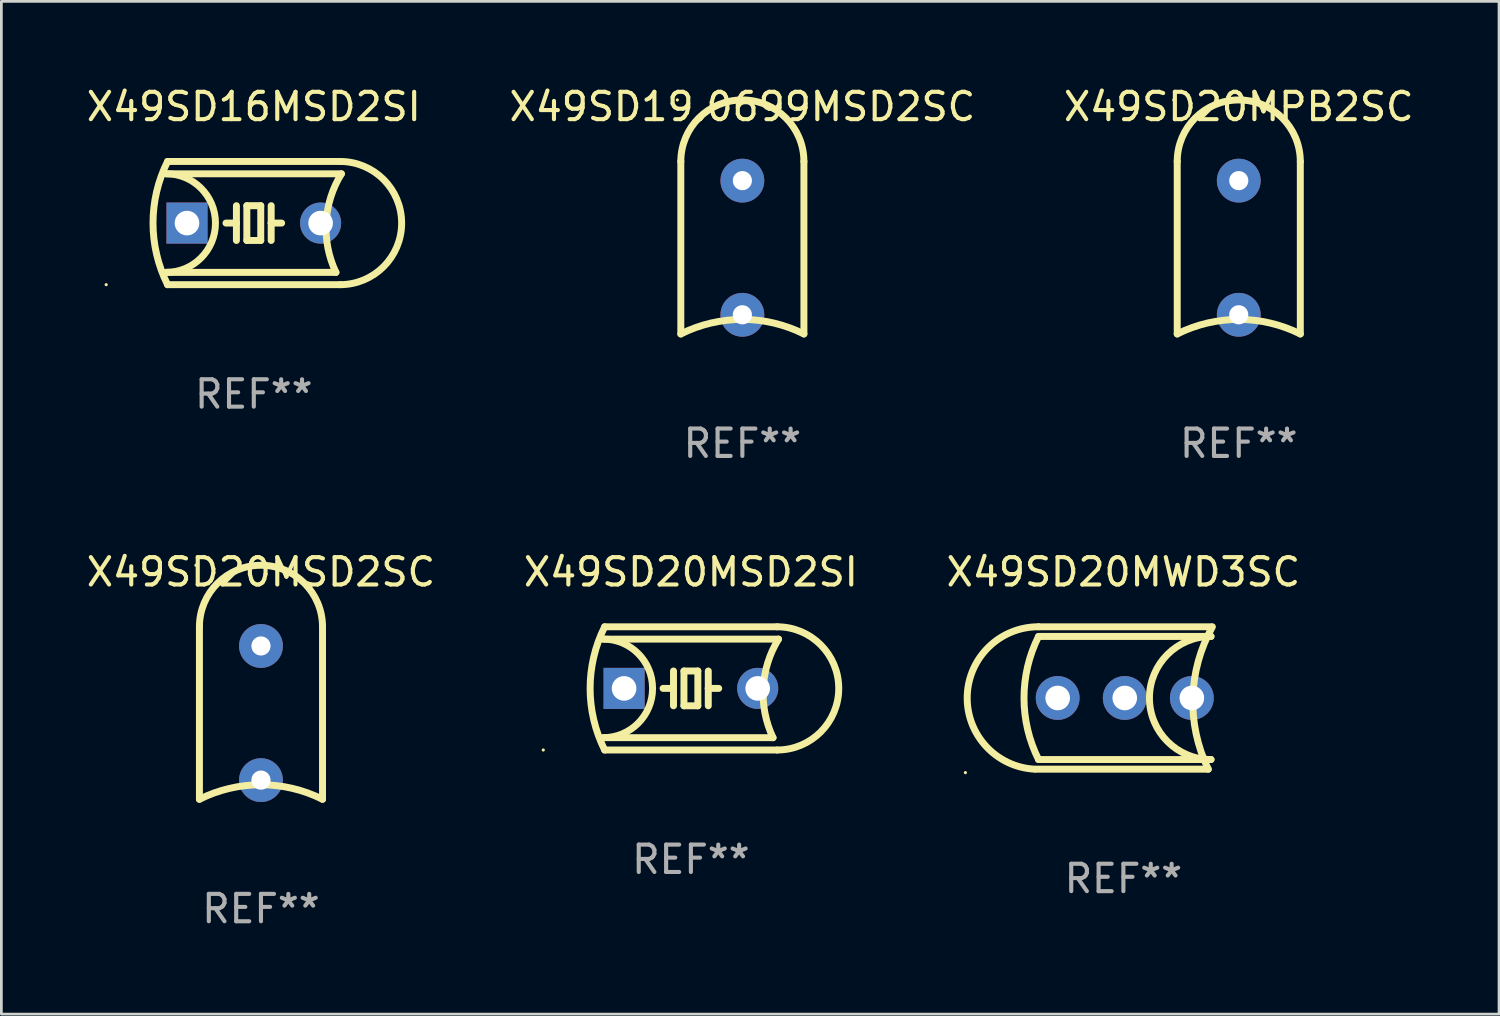
<source format=kicad_pcb>
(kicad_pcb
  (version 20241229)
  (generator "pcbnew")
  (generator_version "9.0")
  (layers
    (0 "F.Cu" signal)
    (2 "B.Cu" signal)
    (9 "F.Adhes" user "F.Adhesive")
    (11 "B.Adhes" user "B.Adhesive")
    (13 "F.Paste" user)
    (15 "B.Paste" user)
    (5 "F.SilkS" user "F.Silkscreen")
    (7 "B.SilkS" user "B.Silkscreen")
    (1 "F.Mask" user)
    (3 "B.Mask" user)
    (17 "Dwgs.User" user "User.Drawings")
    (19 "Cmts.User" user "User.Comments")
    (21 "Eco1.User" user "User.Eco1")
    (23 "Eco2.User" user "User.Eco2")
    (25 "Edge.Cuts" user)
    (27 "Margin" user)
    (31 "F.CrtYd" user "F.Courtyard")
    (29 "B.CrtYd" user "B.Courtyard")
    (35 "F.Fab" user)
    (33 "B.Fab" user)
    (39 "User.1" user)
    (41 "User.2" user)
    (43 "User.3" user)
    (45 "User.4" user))
  (footprint "X49SD20MSD2SC"
    (layer "F.Cu")
    (at 6.482 22.994)
    (property "Reference" "X49SD20MSD2SC" (at 0 -5.15 0) (layer "F.SilkS") (effects (font (size 1 1) (thickness 0.15))))
    (attr through_hole)
    (fp_line (start -2.248 3.15) (end -2.248 -3.15) (stroke (width 0.254) (type solid)) (layer "F.SilkS"))
    (fp_line (start 2.248 3.15) (end 2.248 -3.15) (stroke (width 0.254) (type solid)) (layer "F.SilkS"))
    (fp_arc (start -2.247904 -3.149606) (mid 0 -5.39751) (end 2.247904 -3.149606) (stroke (width 0.254001) (type solid)) (layer "F.SilkS"))
    (fp_arc (start -2.247904 3.149606) (mid 0 2.618948) (end 2.247905 3.149606) (stroke (width 0.254001) (type solid)) (layer "F.SilkS"))
    (fp_circle (center -2.375 -5.398) (end -2.345 -5.398) (stroke (width 0.06) (type solid)) (fill no) (layer "F.SilkS"))
    (fp_text user "REF**" (at 0 7.15 0) (layer "F.Fab") (effects (font (size 1 1) (thickness 0.15))))
    (pad "1" thru_hole circle (at 0 -2.45) (size 1.6 1.6) (drill 0.7) (layers "*.Cu" "*.Mask"))
    (pad "2" thru_hole circle (at 0 2.45) (size 1.6 1.6) (drill 0.7) (layers "*.Cu" "*.Mask")))
  (footprint "X49SD16MSD2SI"
    (layer "F.Cu")
    (at 6.22 5.098)
    (property "Reference" "X49SD16MSD2SI" (at 0 -4.25 0) (layer "F.SilkS") (effects (font (size 1 1) (thickness 0.15))))
    (attr through_hole)
    (fp_line (start -3.2 -1.8) (end 3.2 -1.8) (stroke (width 0.254) (type solid)) (layer "F.SilkS"))
    (fp_line (start -3.15 2.25) (end 3.15 2.25) (stroke (width 0.254) (type solid)) (layer "F.SilkS"))
    (fp_line (start -0.635 -0.635) (end -0.635 0) (stroke (width 0.254) (type solid)) (layer "F.SilkS"))
    (fp_line (start -0.635 0) (end -1.016 0) (stroke (width 0.254) (type solid)) (layer "F.SilkS"))
    (fp_line (start -0.635 0) (end -0.635 0.635) (stroke (width 0.254) (type solid)) (layer "F.SilkS"))
    (fp_line (start -0.254 -0.635) (end -0.254 0.635) (stroke (width 0.254) (type solid)) (layer "F.SilkS"))
    (fp_line (start -0.254 0.635) (end 0.254 0.635) (stroke (width 0.254) (type solid)) (layer "F.SilkS"))
    (fp_line (start 0.254 -0.635) (end -0.254 -0.635) (stroke (width 0.254) (type solid)) (layer "F.SilkS"))
    (fp_line (start 0.254 0.635) (end 0.254 -0.635) (stroke (width 0.254) (type solid)) (layer "F.SilkS"))
    (fp_line (start 0.635 -0.635) (end 0.635 0) (stroke (width 0.254) (type solid)) (layer "F.SilkS"))
    (fp_line (start 0.635 0) (end 0.635 0.635) (stroke (width 0.254) (type solid)) (layer "F.SilkS"))
    (fp_line (start 0.635 0) (end 1.016 0) (stroke (width 0.254) (type solid)) (layer "F.SilkS"))
    (fp_line (start 3 1.8) (end -3.2 1.8) (stroke (width 0.254) (type solid)) (layer "F.SilkS"))
    (fp_line (start 3.15 -2.25) (end -3.15 -2.25) (stroke (width 0.254) (type solid)) (layer "F.SilkS"))
    (fp_arc (start -3.200406 -1.800864) (mid -1.399974 -0.000635) (end -3.2 1.8) (stroke (width 0.254001) (type solid)) (layer "F.SilkS"))
    (fp_arc (start -3.149606 2.250444) (mid -3.680941 0.000261) (end -3.149987 -2.250013) (stroke (width 0.254001) (type solid)) (layer "F.SilkS"))
    (fp_arc (start 2.999746 1.800863) (mid 2.642982 -0.024977) (end 3.2 -1.8) (stroke (width 0.254001) (type solid)) (layer "F.SilkS"))
    (fp_arc (start 3.149607 -2.250445) (mid 5.399848 -0.000406) (end 3.149987 2.250013) (stroke (width 0.254001) (type solid)) (layer "F.SilkS"))
    (fp_circle (center -5.392 2.25) (end -5.362 2.25) (stroke (width 0.06) (type solid)) (fill no) (layer "F.SilkS"))
    (fp_text user "REF**" (at 0 6.25 0) (layer "F.Fab") (effects (font (size 1 1) (thickness 0.15))))
    (pad "1" thru_hole rect (at -2.44 0) (size 1.5 1.5) (drill 0.9) (layers "*.Cu" "*.Mask"))
    (pad "2" thru_hole circle (at 2.44 0) (size 1.5 1.5) (drill 0.9) (layers "*.Cu" "*.Mask")))
  (footprint "X49SD20MWD3SC"
    (layer "F.Cu")
    (at 37.982 22.444)
    (property "Reference" "X49SD20MWD3SC" (at 0 -4.6 0) (layer "F.SilkS") (effects (font (size 1 1) (thickness 0.15))))
    (attr through_hole)
    (fp_line (start 3.1 2.6) (end -3.2 2.6) (stroke (width 0.254) (type solid)) (layer "F.SilkS"))
    (fp_line (start 3.2 -2.6) (end -3.1 -2.6) (stroke (width 0.254) (type solid)) (layer "F.SilkS"))
    (fp_line (start 3.2 -2.248) (end -3.1 -2.248) (stroke (width 0.254) (type solid)) (layer "F.SilkS"))
    (fp_line (start 3.2 2.248) (end -3.1 2.248) (stroke (width 0.254) (type solid)) (layer "F.SilkS"))
    (fp_arc (start -3.25 2.6) (mid -5.702198 -0.073567) (end -3.099606 -2.600966) (stroke (width 0.254001) (type solid)) (layer "F.SilkS"))
    (fp_arc (start -3.099606 2.247904) (mid -3.630101 0) (end -3.099606 -2.247904) (stroke (width 0.254001) (type solid)) (layer "F.SilkS"))
    (fp_arc (start 3.100546 2.600965) (mid 2.537649 -0.01784) (end 3.25 -2.6) (stroke (width 0.254001) (type solid)) (layer "F.SilkS"))
    (fp_arc (start 3.199606 2.247904) (mid 0.951702 0) (end 3.199606 -2.247904) (stroke (width 0.254001) (type solid)) (layer "F.SilkS"))
    (fp_circle (center -5.771 2.727) (end -5.741 2.727) (stroke (width 0.06) (type solid)) (fill no) (layer "F.SilkS"))
    (fp_text user "REF**" (at 0 6.6 0) (layer "F.Fab") (effects (font (size 1 1) (thickness 0.15))))
    (pad "1" thru_hole circle (at -2.4 0) (size 1.6 1.6) (drill 0.9) (layers "*.Cu" "*.Mask"))
    (pad "2" thru_hole circle (at 2.5 0) (size 1.6 1.6) (drill 0.9) (layers "*.Cu" "*.Mask"))
    (pad "3" thru_hole circle (at 0.05 0) (size 1.6 1.6) (drill 0.9) (layers "*.Cu" "*.Mask")))
  (footprint "X49SD20MPB2SC"
    (layer "F.Cu")
    (at 42.196 5.998)
    (property "Reference" "X49SD20MPB2SC" (at 0 -5.15 0) (layer "F.SilkS") (effects (font (size 1 1) (thickness 0.15))))
    (attr through_hole)
    (fp_line (start -2.248 3.15) (end -2.248 -3.15) (stroke (width 0.254) (type solid)) (layer "F.SilkS"))
    (fp_line (start 2.248 3.15) (end 2.248 -3.15) (stroke (width 0.254) (type solid)) (layer "F.SilkS"))
    (fp_arc (start -2.247904 -3.149606) (mid 0 -5.39751) (end 2.247904 -3.149606) (stroke (width 0.254001) (type solid)) (layer "F.SilkS"))
    (fp_arc (start -2.247904 3.149606) (mid 0 2.618948) (end 2.247905 3.149606) (stroke (width 0.254001) (type solid)) (layer "F.SilkS"))
    (fp_circle (center -2.375 -5.398) (end -2.345 -5.398) (stroke (width 0.06) (type solid)) (fill no) (layer "F.SilkS"))
    (fp_text user "REF**" (at 0 7.15 0) (layer "F.Fab") (effects (font (size 1 1) (thickness 0.15))))
    (pad "1" thru_hole circle (at 0 -2.45) (size 1.6 1.6) (drill 0.7) (layers "*.Cu" "*.Mask"))
    (pad "2" thru_hole circle (at 0 2.45) (size 1.6 1.6) (drill 0.7) (layers "*.Cu" "*.Mask")))
  (footprint "X49SD19.0699MSD2SC"
    (layer "F.Cu")
    (at 24.065 5.998)
    (property "Reference" "X49SD19.0699MSD2SC" (at 0 -5.15 0) (layer "F.SilkS") (effects (font (size 1 1) (thickness 0.15))))
    (attr through_hole)
    (fp_line (start -2.248 3.15) (end -2.248 -3.15) (stroke (width 0.254) (type solid)) (layer "F.SilkS"))
    (fp_line (start 2.248 3.15) (end 2.248 -3.15) (stroke (width 0.254) (type solid)) (layer "F.SilkS"))
    (fp_arc (start -2.247904 -3.149606) (mid 0 -5.39751) (end 2.247904 -3.149606) (stroke (width 0.254001) (type solid)) (layer "F.SilkS"))
    (fp_arc (start -2.247904 3.149606) (mid 0 2.618948) (end 2.247905 3.149606) (stroke (width 0.254001) (type solid)) (layer "F.SilkS"))
    (fp_circle (center -2.375 -5.398) (end -2.345 -5.398) (stroke (width 0.06) (type solid)) (fill no) (layer "F.SilkS"))
    (fp_text user "REF**" (at 0 7.15 0) (layer "F.Fab") (effects (font (size 1 1) (thickness 0.15))))
    (pad "1" thru_hole circle (at 0 -2.45) (size 1.6 1.6) (drill 0.7) (layers "*.Cu" "*.Mask"))
    (pad "2" thru_hole circle (at 0 2.45) (size 1.6 1.6) (drill 0.7) (layers "*.Cu" "*.Mask")))
  (footprint "X49SD20MSD2SI"
    (layer "F.Cu")
    (at 22.185 22.094)
    (property "Reference" "X49SD20MSD2SI" (at 0 -4.25 0) (layer "F.SilkS") (effects (font (size 1 1) (thickness 0.15))))
    (attr through_hole)
    (fp_line (start -3.2 -1.8) (end 3.2 -1.8) (stroke (width 0.254) (type solid)) (layer "F.SilkS"))
    (fp_line (start -3.15 2.25) (end 3.15 2.25) (stroke (width 0.254) (type solid)) (layer "F.SilkS"))
    (fp_line (start -0.635 -0.635) (end -0.635 0) (stroke (width 0.254) (type solid)) (layer "F.SilkS"))
    (fp_line (start -0.635 0) (end -1.016 0) (stroke (width 0.254) (type solid)) (layer "F.SilkS"))
    (fp_line (start -0.635 0) (end -0.635 0.635) (stroke (width 0.254) (type solid)) (layer "F.SilkS"))
    (fp_line (start -0.254 -0.635) (end -0.254 0.635) (stroke (width 0.254) (type solid)) (layer "F.SilkS"))
    (fp_line (start -0.254 0.635) (end 0.254 0.635) (stroke (width 0.254) (type solid)) (layer "F.SilkS"))
    (fp_line (start 0.254 -0.635) (end -0.254 -0.635) (stroke (width 0.254) (type solid)) (layer "F.SilkS"))
    (fp_line (start 0.254 0.635) (end 0.254 -0.635) (stroke (width 0.254) (type solid)) (layer "F.SilkS"))
    (fp_line (start 0.635 -0.635) (end 0.635 0) (stroke (width 0.254) (type solid)) (layer "F.SilkS"))
    (fp_line (start 0.635 0) (end 0.635 0.635) (stroke (width 0.254) (type solid)) (layer "F.SilkS"))
    (fp_line (start 0.635 0) (end 1.016 0) (stroke (width 0.254) (type solid)) (layer "F.SilkS"))
    (fp_line (start 3 1.8) (end -3.2 1.8) (stroke (width 0.254) (type solid)) (layer "F.SilkS"))
    (fp_line (start 3.15 -2.25) (end -3.15 -2.25) (stroke (width 0.254) (type solid)) (layer "F.SilkS"))
    (fp_arc (start -3.200406 -1.800864) (mid -1.399974 -0.000635) (end -3.2 1.8) (stroke (width 0.254001) (type solid)) (layer "F.SilkS"))
    (fp_arc (start -3.149606 2.250444) (mid -3.680941 0.000261) (end -3.149987 -2.250013) (stroke (width 0.254001) (type solid)) (layer "F.SilkS"))
    (fp_arc (start 2.999746 1.800863) (mid 2.642982 -0.024977) (end 3.2 -1.8) (stroke (width 0.254001) (type solid)) (layer "F.SilkS"))
    (fp_arc (start 3.149607 -2.250445) (mid 5.399848 -0.000406) (end 3.149987 2.250013) (stroke (width 0.254001) (type solid)) (layer "F.SilkS"))
    (fp_circle (center -5.392 2.25) (end -5.362 2.25) (stroke (width 0.06) (type solid)) (fill no) (layer "F.SilkS"))
    (fp_text user "REF**" (at 0 6.25 0) (layer "F.Fab") (effects (font (size 1 1) (thickness 0.15))))
    (pad "1" thru_hole rect (at -2.44 0) (size 1.5 1.5) (drill 0.9) (layers "*.Cu" "*.Mask"))
    (pad "2" thru_hole circle (at 2.44 0) (size 1.5 1.5) (drill 0.9) (layers "*.Cu" "*.Mask")))
  (gr_rect
    (start -3 -3)
    (end 51.702 33.991)
    (stroke (width 0.1) (type default))
    (fill no)
    (layer "Edge.Cuts")))
</source>
